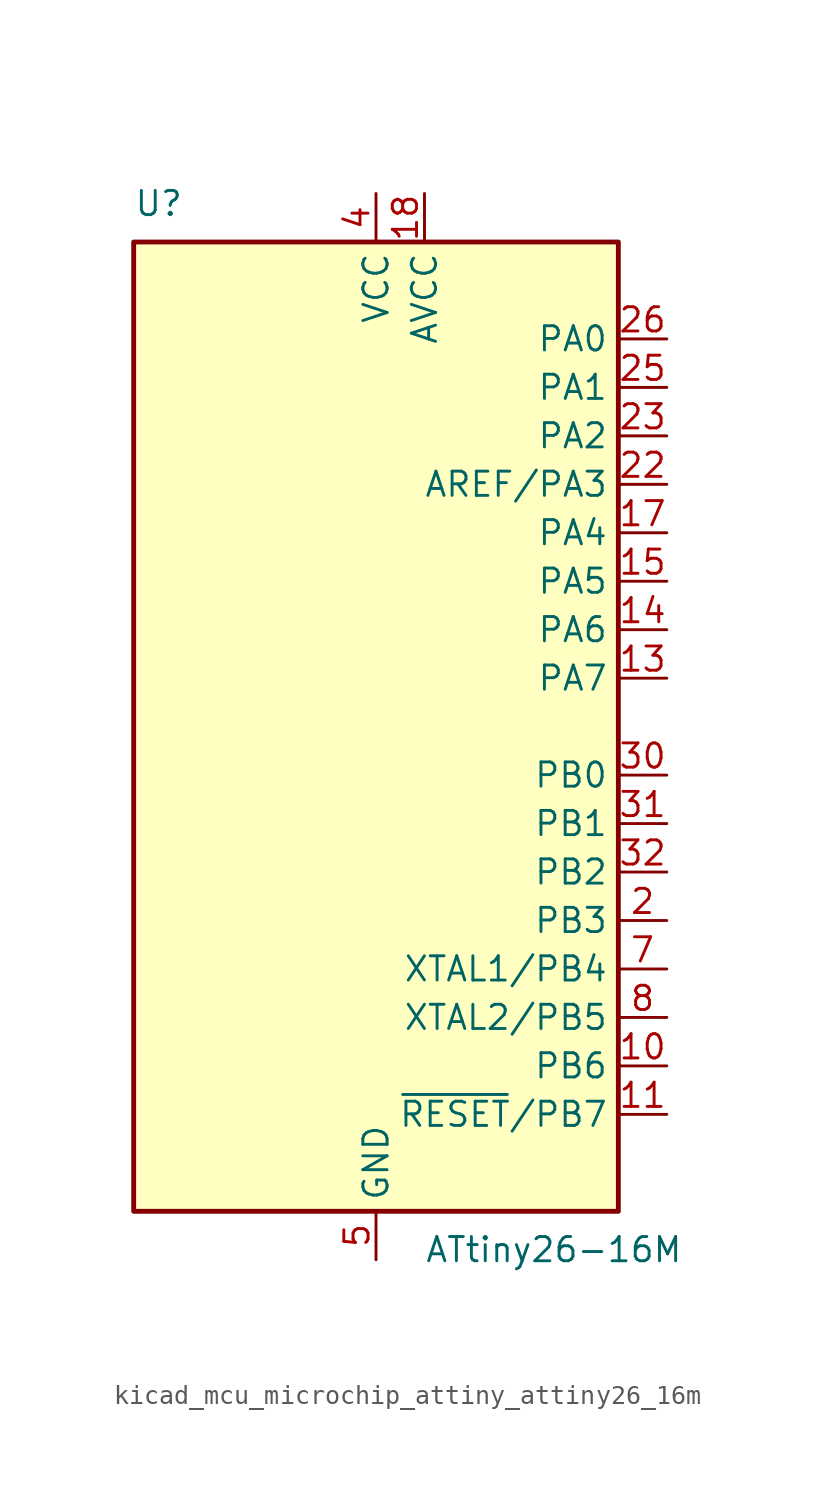
<source format=kicad_sym>
(kicad_symbol_lib
  (version 20220914)
  (generator kicad_symbol_editor)
  (symbol "kicad_mcu_microchip_attiny_attiny26_16m"
    (property "Reference" "U"
      (at -12.7 26.67 0)
      (effects (font (size 1.27 1.27)) (justify left bottom)))
    (property "Value" "ATtiny26-16M"
      (at 2.54 -26.67 0)
      (effects (font (size 1.27 1.27)) (justify left top)))
    (symbol "kicad_mcu_microchip_attiny_attiny26_16m_0_1"
      (rectangle (start -12.7 -25.4) (end 12.7 25.4) (stroke (width 0.254) (type default)) (fill (type background))))
    (symbol "kicad_mcu_microchip_attiny_attiny26_16m_1_1"
      (pin no_connect line (at -12.7 5.08 0) (length 2.54) hide (name "NC" (effects (font (size 1.27 1.27)))) (number "1" (effects (font (size 1.27 1.27)))))
      (pin bidirectional line (at 15.24 -17.78 180) (length 2.54) (name "PB6" (effects (font (size 1.27 1.27)))) (number "10" (effects (font (size 1.27 1.27)))))
      (pin bidirectional line (at 15.24 -20.32 180) (length 2.54) (name "~{RESET}/PB7" (effects (font (size 1.27 1.27)))) (number "11" (effects (font (size 1.27 1.27)))))
      (pin no_connect line (at -12.7 -5.08 0) (length 2.54) hide (name "NC" (effects (font (size 1.27 1.27)))) (number "12" (effects (font (size 1.27 1.27)))))
      (pin bidirectional line (at 15.24 2.54 180) (length 2.54) (name "PA7" (effects (font (size 1.27 1.27)))) (number "13" (effects (font (size 1.27 1.27)))))
      (pin bidirectional line (at 15.24 5.08 180) (length 2.54) (name "PA6" (effects (font (size 1.27 1.27)))) (number "14" (effects (font (size 1.27 1.27)))))
      (pin bidirectional line (at 15.24 7.62 180) (length 2.54) (name "PA5" (effects (font (size 1.27 1.27)))) (number "15" (effects (font (size 1.27 1.27)))))
      (pin no_connect line (at -12.7 -7.62 0) (length 2.54) hide (name "NC" (effects (font (size 1.27 1.27)))) (number "16" (effects (font (size 1.27 1.27)))))
      (pin bidirectional line (at 15.24 10.16 180) (length 2.54) (name "PA4" (effects (font (size 1.27 1.27)))) (number "17" (effects (font (size 1.27 1.27)))))
      (pin power_in line (at 2.54 27.94 270) (length 2.54) (name "AVCC" (effects (font (size 1.27 1.27)))) (number "18" (effects (font (size 1.27 1.27)))))
      (pin no_connect line (at -12.7 -10.16 0) (length 2.54) hide (name "NC" (effects (font (size 1.27 1.27)))) (number "19" (effects (font (size 1.27 1.27)))))
      (pin bidirectional line (at 15.24 -10.16 180) (length 2.54) (name "PB3" (effects (font (size 1.27 1.27)))) (number "2" (effects (font (size 1.27 1.27)))))
      (pin no_connect line (at -12.7 -12.7 0) (length 2.54) hide (name "NC" (effects (font (size 1.27 1.27)))) (number "20" (effects (font (size 1.27 1.27)))))
      (pin passive line (at 0 -27.94 90) (length 2.54) hide (name "GND" (effects (font (size 1.27 1.27)))) (number "21" (effects (font (size 1.27 1.27)))))
      (pin bidirectional line (at 15.24 12.7 180) (length 2.54) (name "AREF/PA3" (effects (font (size 1.27 1.27)))) (number "22" (effects (font (size 1.27 1.27)))))
      (pin bidirectional line (at 15.24 15.24 180) (length 2.54) (name "PA2" (effects (font (size 1.27 1.27)))) (number "23" (effects (font (size 1.27 1.27)))))
      (pin no_connect line (at -12.7 -15.24 0) (length 2.54) hide (name "NC" (effects (font (size 1.27 1.27)))) (number "24" (effects (font (size 1.27 1.27)))))
      (pin bidirectional line (at 15.24 17.78 180) (length 2.54) (name "PA1" (effects (font (size 1.27 1.27)))) (number "25" (effects (font (size 1.27 1.27)))))
      (pin bidirectional line (at 15.24 20.32 180) (length 2.54) (name "PA0" (effects (font (size 1.27 1.27)))) (number "26" (effects (font (size 1.27 1.27)))))
      (pin no_connect line (at -12.7 -17.78 0) (length 2.54) hide (name "NC" (effects (font (size 1.27 1.27)))) (number "27" (effects (font (size 1.27 1.27)))))
      (pin no_connect line (at -12.7 -20.32 0) (length 2.54) hide (name "NC" (effects (font (size 1.27 1.27)))) (number "28" (effects (font (size 1.27 1.27)))))
      (pin no_connect line (at -12.7 -22.86 0) (length 2.54) hide (name "NC" (effects (font (size 1.27 1.27)))) (number "29" (effects (font (size 1.27 1.27)))))
      (pin no_connect line (at -12.7 2.54 0) (length 2.54) hide (name "NC" (effects (font (size 1.27 1.27)))) (number "3" (effects (font (size 1.27 1.27)))))
      (pin bidirectional line (at 15.24 -2.54 180) (length 2.54) (name "PB0" (effects (font (size 1.27 1.27)))) (number "30" (effects (font (size 1.27 1.27)))))
      (pin bidirectional line (at 15.24 -5.08 180) (length 2.54) (name "PB1" (effects (font (size 1.27 1.27)))) (number "31" (effects (font (size 1.27 1.27)))))
      (pin bidirectional line (at 15.24 -7.62 180) (length 2.54) (name "PB2" (effects (font (size 1.27 1.27)))) (number "32" (effects (font (size 1.27 1.27)))))
      (pin passive line (at 0 -27.94 90) (length 2.54) hide (name "GND" (effects (font (size 1.27 1.27)))) (number "33" (effects (font (size 1.27 1.27)))))
      (pin power_in line (at 0 27.94 270) (length 2.54) (name "VCC" (effects (font (size 1.27 1.27)))) (number "4" (effects (font (size 1.27 1.27)))))
      (pin power_in line (at 0 -27.94 90) (length 2.54) (name "GND" (effects (font (size 1.27 1.27)))) (number "5" (effects (font (size 1.27 1.27)))))
      (pin no_connect line (at -12.7 0 0) (length 2.54) hide (name "NC" (effects (font (size 1.27 1.27)))) (number "6" (effects (font (size 1.27 1.27)))))
      (pin bidirectional line (at 15.24 -12.7 180) (length 2.54) (name "XTAL1/PB4" (effects (font (size 1.27 1.27)))) (number "7" (effects (font (size 1.27 1.27)))))
      (pin bidirectional line (at 15.24 -15.24 180) (length 2.54) (name "XTAL2/PB5" (effects (font (size 1.27 1.27)))) (number "8" (effects (font (size 1.27 1.27)))))
      (pin no_connect line (at -12.7 -2.54 0) (length 2.54) hide (name "NC" (effects (font (size 1.27 1.27)))) (number "9" (effects (font (size 1.27 1.27))))))))
</source>
